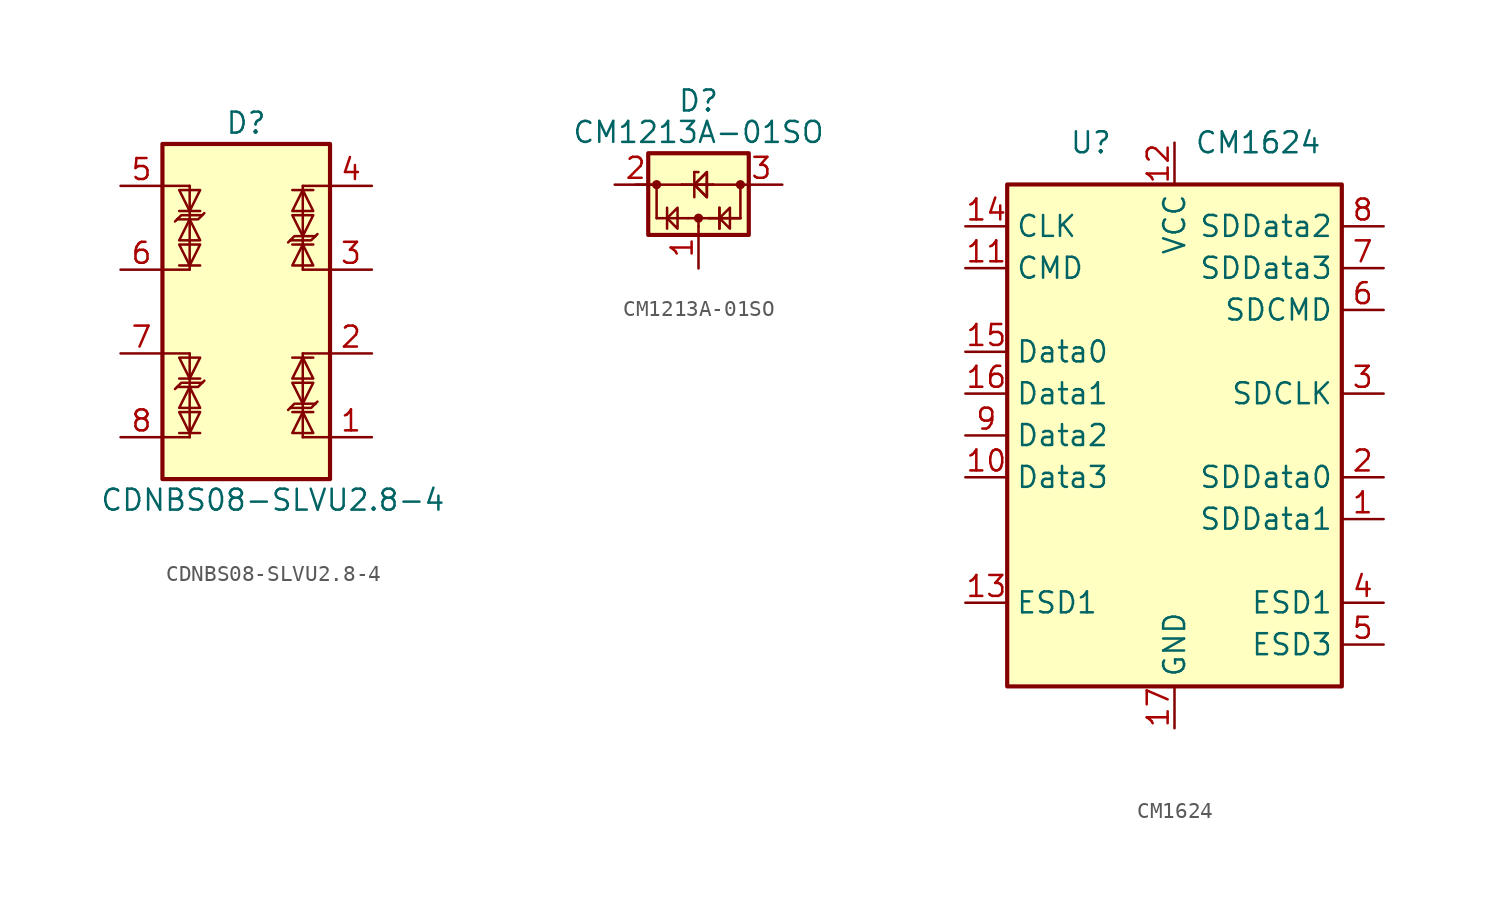
<source format=kicad_sym>
(kicad_symbol_lib
  (version 20241209)
  (generator "kicad_symbol_editor")
  (generator_version "9.0")
  (symbol "CDNBS08-SLVU2.8-4"
    (pin_names
      (hide yes))
    (property "Reference" "D"
      (at 1.27 11.43 0)
      (effects (font (size 1.27 1.27)) (justify right)))
    (property "Value" "CDNBS08-SLVU2.8-4"
      (at -8.89 -11.43 0)
      (effects (font (size 1.27 1.27)) (justify left)))
    (symbol "CDNBS08-SLVU2.8-4_0_1"
      (rectangle (start -5.08 10.16) (end 5.08 -10.16) (stroke (width 0.254) (type default)) (fill (type background)))
      (polyline (pts (xy -5.08 7.62) (xy -3.429 7.62)) (stroke (width 0) (type default)) (fill (type none)))
      (polyline (pts (xy -5.08 2.54) (xy -3.429 2.54)) (stroke (width 0) (type default)) (fill (type none)))
      (polyline (pts (xy -5.08 -2.54) (xy -3.429 -2.54)) (stroke (width 0) (type default)) (fill (type none)))
      (polyline (pts (xy -5.08 -7.62) (xy -3.429 -7.62)) (stroke (width 0) (type default)) (fill (type none)))
      (polyline (pts (xy -4.318 5.461) (xy -4.191 5.588)) (stroke (width 0) (type default)) (fill (type none)))
      (polyline (pts (xy -4.318 -4.699) (xy -4.191 -4.572)) (stroke (width 0) (type default)) (fill (type none)))
      (polyline (pts (xy -4.191 5.588) (xy -3.937 5.842) (xy -2.667 5.842)) (stroke (width 0) (type default)) (fill (type none)))
      (polyline (pts (xy -4.191 5.588) (xy -2.921 5.588) (xy -2.54 5.969)) (stroke (width 0) (type default)) (fill (type none)))
      (polyline (pts (xy -4.191 -4.572) (xy -3.937 -4.318) (xy -2.667 -4.318)) (stroke (width 0) (type default)) (fill (type none)))
      (polyline (pts (xy -4.191 -4.572) (xy -2.921 -4.572) (xy -2.54 -4.191)) (stroke (width 0) (type default)) (fill (type none)))
      (polyline (pts (xy -4.064 6.096) (xy -2.794 6.096)) (stroke (width 0) (type default)) (fill (type none)))
      (polyline (pts (xy -4.064 2.794) (xy -2.794 2.794)) (stroke (width 0) (type default)) (fill (type none)))
      (polyline (pts (xy -4.064 -4.064) (xy -2.794 -4.064)) (stroke (width 0) (type default)) (fill (type none)))
      (polyline (pts (xy -4.064 -7.366) (xy -2.794 -7.366)) (stroke (width 0) (type default)) (fill (type none)))
      (polyline (pts (xy -3.429 6.096) (xy -4.064 7.366) (xy -2.794 7.366) (xy -3.429 6.096)) (stroke (width 0) (type default)) (fill (type none)))
      (polyline (pts (xy -3.429 5.588) (xy -2.794 4.318) (xy -4.064 4.318) (xy -3.429 5.588)) (stroke (width 0) (type default)) (fill (type none)))
      (polyline (pts (xy -3.429 2.794) (xy -4.064 4.064) (xy -2.794 4.064) (xy -3.429 2.794)) (stroke (width 0) (type default)) (fill (type none)))
      (polyline (pts (xy -3.429 2.54) (xy -3.429 7.62)) (stroke (width 0) (type default)) (fill (type none)))
      (polyline (pts (xy -3.429 -4.064) (xy -4.064 -2.794) (xy -2.794 -2.794) (xy -3.429 -4.064)) (stroke (width 0) (type default)) (fill (type none)))
      (polyline (pts (xy -3.429 -4.572) (xy -2.794 -5.842) (xy -4.064 -5.842) (xy -3.429 -4.572)) (stroke (width 0) (type default)) (fill (type none)))
      (polyline (pts (xy -3.429 -7.366) (xy -4.064 -6.096) (xy -2.794 -6.096) (xy -3.429 -7.366)) (stroke (width 0) (type default)) (fill (type none)))
      (polyline (pts (xy -3.429 -7.62) (xy -3.429 -2.54)) (stroke (width 0) (type default)) (fill (type none)))
      (polyline (pts (xy 3.429 7.62) (xy 3.429 2.54)) (stroke (width 0) (type default)) (fill (type none)))
      (polyline (pts (xy 3.429 7.366) (xy 4.064 6.096) (xy 2.794 6.096) (xy 3.429 7.366)) (stroke (width 0) (type default)) (fill (type none)))
      (polyline (pts (xy 3.429 4.572) (xy 2.794 5.842) (xy 4.064 5.842) (xy 3.429 4.572)) (stroke (width 0) (type default)) (fill (type none)))
      (polyline (pts (xy 3.429 4.064) (xy 4.064 2.794) (xy 2.794 2.794) (xy 3.429 4.064)) (stroke (width 0) (type default)) (fill (type none)))
      (polyline (pts (xy 3.429 -2.54) (xy 3.429 -7.62)) (stroke (width 0) (type default)) (fill (type none)))
      (polyline (pts (xy 3.429 -2.794) (xy 4.064 -4.064) (xy 2.794 -4.064) (xy 3.429 -2.794)) (stroke (width 0) (type default)) (fill (type none)))
      (polyline (pts (xy 3.429 -5.588) (xy 2.794 -4.318) (xy 4.064 -4.318) (xy 3.429 -5.588)) (stroke (width 0) (type default)) (fill (type none)))
      (polyline (pts (xy 3.429 -6.096) (xy 4.064 -7.366) (xy 2.794 -7.366) (xy 3.429 -6.096)) (stroke (width 0) (type default)) (fill (type none)))
      (polyline (pts (xy 4.064 7.366) (xy 2.794 7.366)) (stroke (width 0) (type default)) (fill (type none)))
      (polyline (pts (xy 4.064 4.064) (xy 2.794 4.064)) (stroke (width 0) (type default)) (fill (type none)))
      (polyline (pts (xy 4.064 -2.794) (xy 2.794 -2.794)) (stroke (width 0) (type default)) (fill (type none)))
      (polyline (pts (xy 4.064 -6.096) (xy 2.794 -6.096)) (stroke (width 0) (type default)) (fill (type none)))
      (polyline (pts (xy 4.191 4.572) (xy 2.921 4.572) (xy 2.54 4.191)) (stroke (width 0) (type default)) (fill (type none)))
      (polyline (pts (xy 4.191 4.572) (xy 3.937 4.318) (xy 2.667 4.318)) (stroke (width 0) (type default)) (fill (type none)))
      (polyline (pts (xy 4.191 -5.588) (xy 2.921 -5.588) (xy 2.54 -5.969)) (stroke (width 0) (type default)) (fill (type none)))
      (polyline (pts (xy 4.191 -5.588) (xy 3.937 -5.842) (xy 2.667 -5.842)) (stroke (width 0) (type default)) (fill (type none)))
      (polyline (pts (xy 4.318 4.699) (xy 4.191 4.572)) (stroke (width 0) (type default)) (fill (type none)))
      (polyline (pts (xy 4.318 -5.461) (xy 4.191 -5.588)) (stroke (width 0) (type default)) (fill (type none)))
      (polyline (pts (xy 5.08 7.62) (xy 3.429 7.62)) (stroke (width 0) (type default)) (fill (type none)))
      (polyline (pts (xy 5.08 2.54) (xy 3.429 2.54)) (stroke (width 0) (type default)) (fill (type none)))
      (polyline (pts (xy 5.08 -2.54) (xy 3.429 -2.54)) (stroke (width 0) (type default)) (fill (type none)))
      (polyline (pts (xy 5.08 -7.62) (xy 3.429 -7.62)) (stroke (width 0) (type default)) (fill (type none))))
    (symbol "CDNBS08-SLVU2.8-4_1_1"
      (pin passive line (at -7.62 7.62 0) (length 2.54) (name "TVS1" (effects (font (size 1.27 1.27)))) (number "5" (effects (font (size 1.27 1.27)))))
      (pin passive line (at -7.62 2.54 0) (length 2.54) (name "TVS2" (effects (font (size 1.27 1.27)))) (number "6" (effects (font (size 1.27 1.27)))))
      (pin passive line (at -7.62 -2.54 0) (length 2.54) (name "TVS1" (effects (font (size 1.27 1.27)))) (number "7" (effects (font (size 1.27 1.27)))))
      (pin passive line (at -7.62 -7.62 0) (length 2.54) (name "TVS2" (effects (font (size 1.27 1.27)))) (number "8" (effects (font (size 1.27 1.27)))))
      (pin passive line (at 7.62 7.62 180) (length 2.54) (name "TVS2" (effects (font (size 1.27 1.27)))) (number "4" (effects (font (size 1.27 1.27)))))
      (pin passive line (at 7.62 2.54 180) (length 2.54) (name "TVS1" (effects (font (size 1.27 1.27)))) (number "3" (effects (font (size 1.27 1.27)))))
      (pin passive line (at 7.62 -2.54 180) (length 2.54) (name "TVS2" (effects (font (size 1.27 1.27)))) (number "2" (effects (font (size 1.27 1.27)))))
      (pin passive line (at 7.62 -7.62 180) (length 2.54) (name "TVS1" (effects (font (size 1.27 1.27)))) (number "1" (effects (font (size 1.27 1.27)))))))
  (symbol "CM1213A-01SO"
    (pin_names
      (hide yes))
    (property "Reference" "D"
      (at 0 5.08 0)
      (effects (font (size 1.27 1.27))))
    (property "Value" "CM1213A-01SO"
      (at 0 3.175 0)
      (effects (font (size 1.27 1.27))))
    (symbol "CM1213A-01SO_0_1"
      (rectangle (start -3.048 -3.048) (end 3.048 1.905) (stroke (width 0.254) (type default)) (fill (type background)))
      (circle (center -2.54 0) (radius 0.203) (stroke (width 0) (type default)) (fill (type outline)))
      (polyline (pts (xy -2.54 -2.032) (xy -2.54 0)) (stroke (width 0) (type default)) (fill (type none)))
      (polyline (pts (xy -1.905 -2.667) (xy -1.905 -1.397)) (stroke (width 0) (type default)) (fill (type none)))
      (polyline (pts (xy -1.27 -2.667) (xy -1.27 -1.397) (xy -1.905 -2.032) (xy -1.27 -2.667)) (stroke (width 0) (type default)) (fill (type none)))
      (polyline (pts (xy -1.016 0) (xy -3.81 0)) (stroke (width 0) (type default)) (fill (type none)))
      (polyline (pts (xy -0.635 -2.032) (xy -2.54 -2.032)) (stroke (width 0) (type default)) (fill (type none)))
      (polyline (pts (xy -0.635 -2.032) (xy 0.635 -2.032)) (stroke (width 0) (type default)) (fill (type none)))
      (polyline (pts (xy -0.254 0.762) (xy -0.254 0.762)) (stroke (width 0) (type default)) (fill (type none)))
      (polyline (pts (xy -0.254 -0.762) (xy -0.254 0.762)) (stroke (width 0) (type default)) (fill (type none)))
      (polyline (pts (xy 0 0.762) (xy -0.254 0.762)) (stroke (width 0) (type default)) (fill (type none)))
      (circle (center 0 -2.032) (radius 0.203) (stroke (width 0) (type default)) (fill (type outline)))
      (polyline (pts (xy 0 -2.54) (xy 0 -2.032)) (stroke (width 0) (type default)) (fill (type none)))
      (polyline (pts (xy 0.508 -0.762) (xy 0.508 0.762) (xy -0.254 0) (xy 0.508 -0.762)) (stroke (width 0) (type default)) (fill (type none)))
      (polyline (pts (xy 0.508 -0.762) (xy 0.508 0.762) (xy -0.254 0) (xy 0.508 -0.762)) (stroke (width 0) (type default)) (fill (type none)))
      (polyline (pts (xy 0.889 0) (xy -1.016 0)) (stroke (width 0) (type default)) (fill (type none)))
      (polyline (pts (xy 0.889 0) (xy -1.016 0)) (stroke (width 0) (type default)) (fill (type none)))
      (polyline (pts (xy 0.889 0) (xy 2.54 0)) (stroke (width 0) (type default)) (fill (type none)))
      (polyline (pts (xy 1.27 -2.667) (xy 1.27 -1.397)) (stroke (width 0) (type default)) (fill (type none)))
      (polyline (pts (xy 1.27 -2.667) (xy 1.27 -1.397)) (stroke (width 0) (type default)) (fill (type none)))
      (polyline (pts (xy 1.905 -2.667) (xy 1.905 -1.397) (xy 1.27 -2.032) (xy 1.905 -2.667)) (stroke (width 0) (type default)) (fill (type none)))
      (circle (center 2.54 0) (radius 0.203) (stroke (width 0) (type default)) (fill (type outline)))
      (polyline (pts (xy 2.54 -2.032) (xy 0.635 -2.032)) (stroke (width 0) (type default)) (fill (type none)))
      (polyline (pts (xy 2.54 -2.032) (xy 0.635 -2.032)) (stroke (width 0) (type default)) (fill (type none)))
      (polyline (pts (xy 2.54 -2.032) (xy 2.54 0)) (stroke (width 0) (type default)) (fill (type none))))
    (symbol "CM1213A-01SO_1_1"
      (pin passive line (at -5.08 0 0) (length 2.54) (name "VP" (effects (font (size 1.27 1.27)))) (number "2" (effects (font (size 1.27 1.27)))))
      (pin passive line (at 0 -5.08 90) (length 2.54) (name "CH1" (effects (font (size 1.27 1.27)))) (number "1" (effects (font (size 1.27 1.27)))))
      (pin passive line (at 5.08 0 180) (length 2.54) (name "VN" (effects (font (size 1.27 1.27)))) (number "3" (effects (font (size 1.27 1.27)))))))
  (symbol "CM1624"
    (property "Reference" "U"
      (at -5.08 17.78 0)
      (effects (font (size 1.27 1.27))))
    (property "Value" "CM1624"
      (at 5.08 17.78 0)
      (effects (font (size 1.27 1.27))))
    (symbol "CM1624_0_1"
      (rectangle (start -10.16 15.24) (end 10.16 -15.24) (stroke (width 0.254) (type default)) (fill (type background))))
    (symbol "CM1624_1_1"
      (pin passive line (at -12.7 12.7 0) (length 2.54) (name "CLK" (effects (font (size 1.27 1.27)))) (number "14" (effects (font (size 1.27 1.27)))))
      (pin passive line (at -12.7 10.16 0) (length 2.54) (name "CMD" (effects (font (size 1.27 1.27)))) (number "11" (effects (font (size 1.27 1.27)))))
      (pin passive line (at -12.7 5.08 0) (length 2.54) (name "Data0" (effects (font (size 1.27 1.27)))) (number "15" (effects (font (size 1.27 1.27)))))
      (pin passive line (at -12.7 2.54 0) (length 2.54) (name "Data1" (effects (font (size 1.27 1.27)))) (number "16" (effects (font (size 1.27 1.27)))))
      (pin passive line (at -12.7 0 0) (length 2.54) (name "Data2" (effects (font (size 1.27 1.27)))) (number "9" (effects (font (size 1.27 1.27)))))
      (pin passive line (at -12.7 -2.54 0) (length 2.54) (name "Data3" (effects (font (size 1.27 1.27)))) (number "10" (effects (font (size 1.27 1.27)))))
      (pin passive line (at -12.7 -10.16 0) (length 2.54) (name "ESD1" (effects (font (size 1.27 1.27)))) (number "13" (effects (font (size 1.27 1.27)))))
      (pin power_in line (at 0 17.78 270) (length 2.54) (name "VCC" (effects (font (size 1.27 1.27)))) (number "12" (effects (font (size 1.27 1.27)))))
      (pin power_in line (at 0 -17.78 90) (length 2.54) (name "GND" (effects (font (size 1.27 1.27)))) (number "17" (effects (font (size 1.27 1.27)))))
      (pin passive line (at 12.7 12.7 180) (length 2.54) (name "SDData2" (effects (font (size 1.27 1.27)))) (number "8" (effects (font (size 1.27 1.27)))))
      (pin passive line (at 12.7 10.16 180) (length 2.54) (name "SDData3" (effects (font (size 1.27 1.27)))) (number "7" (effects (font (size 1.27 1.27)))))
      (pin passive line (at 12.7 7.62 180) (length 2.54) (name "SDCMD" (effects (font (size 1.27 1.27)))) (number "6" (effects (font (size 1.27 1.27)))))
      (pin passive line (at 12.7 2.54 180) (length 2.54) (name "SDCLK" (effects (font (size 1.27 1.27)))) (number "3" (effects (font (size 1.27 1.27)))))
      (pin passive line (at 12.7 -2.54 180) (length 2.54) (name "SDData0" (effects (font (size 1.27 1.27)))) (number "2" (effects (font (size 1.27 1.27)))))
      (pin passive line (at 12.7 -5.08 180) (length 2.54) (name "SDData1" (effects (font (size 1.27 1.27)))) (number "1" (effects (font (size 1.27 1.27)))))
      (pin passive line (at 12.7 -10.16 180) (length 2.54) (name "ESD1" (effects (font (size 1.27 1.27)))) (number "4" (effects (font (size 1.27 1.27)))))
      (pin passive line (at 12.7 -12.7 180) (length 2.54) (name "ESD3" (effects (font (size 1.27 1.27)))) (number "5" (effects (font (size 1.27 1.27))))))))
</source>
